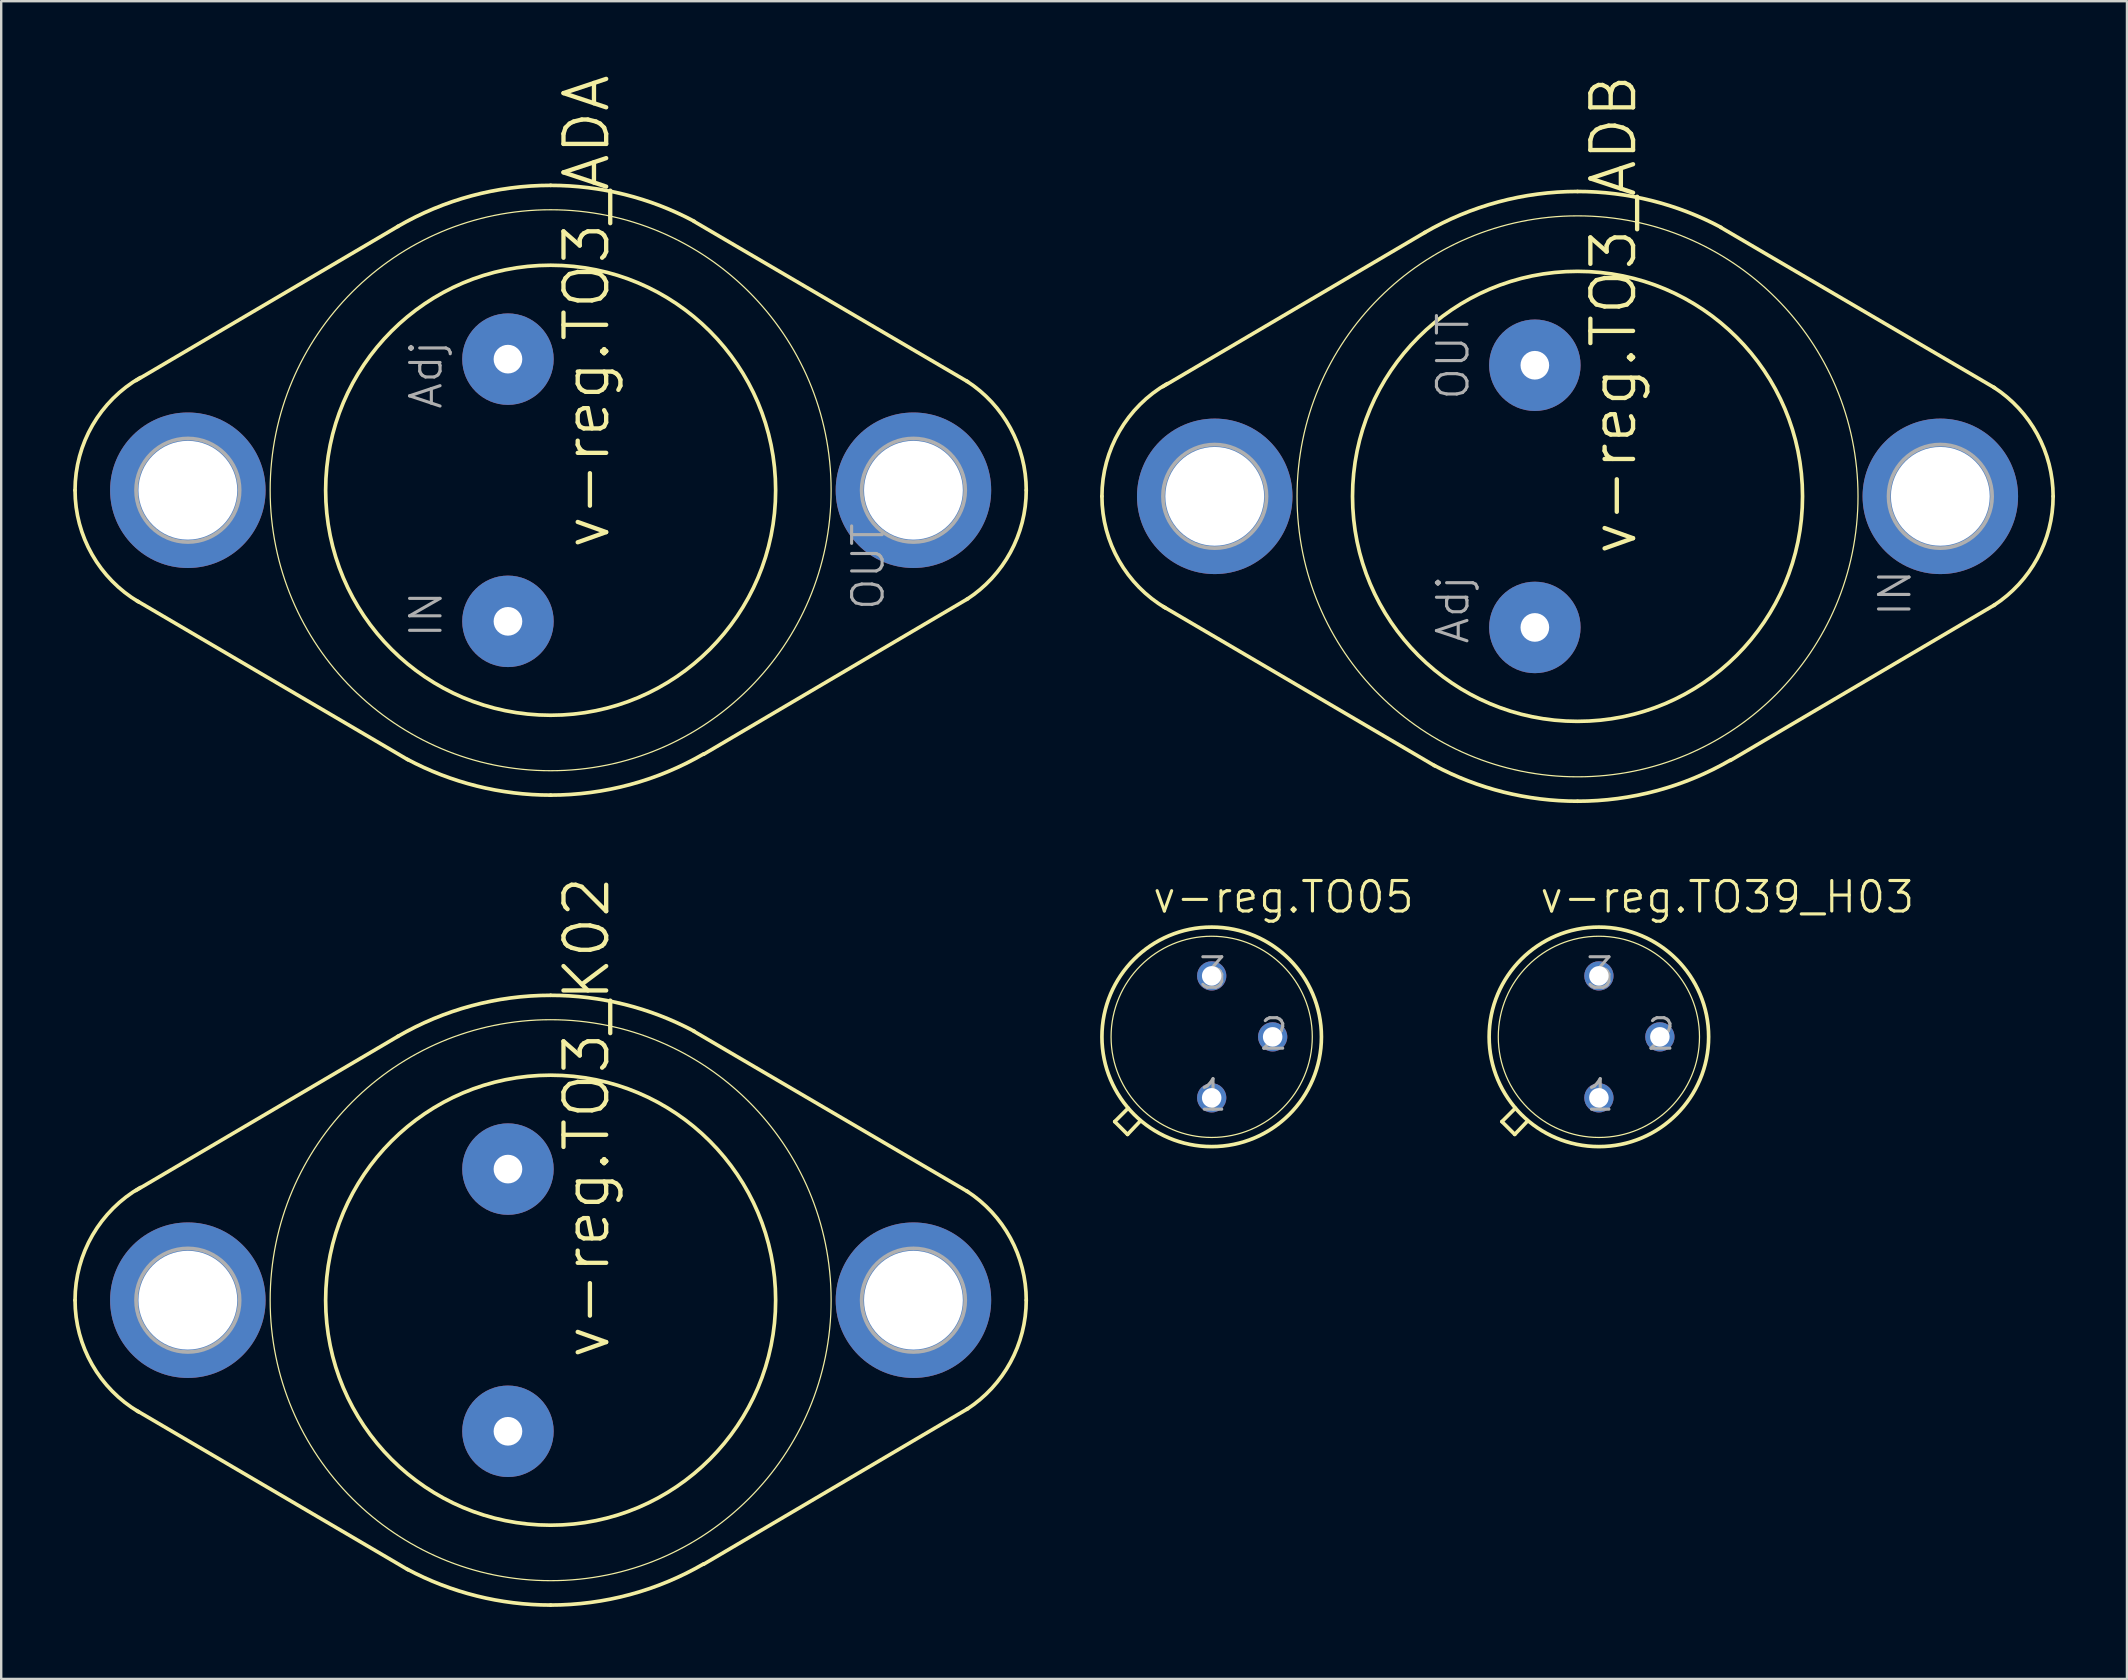
<source format=kicad_pcb>
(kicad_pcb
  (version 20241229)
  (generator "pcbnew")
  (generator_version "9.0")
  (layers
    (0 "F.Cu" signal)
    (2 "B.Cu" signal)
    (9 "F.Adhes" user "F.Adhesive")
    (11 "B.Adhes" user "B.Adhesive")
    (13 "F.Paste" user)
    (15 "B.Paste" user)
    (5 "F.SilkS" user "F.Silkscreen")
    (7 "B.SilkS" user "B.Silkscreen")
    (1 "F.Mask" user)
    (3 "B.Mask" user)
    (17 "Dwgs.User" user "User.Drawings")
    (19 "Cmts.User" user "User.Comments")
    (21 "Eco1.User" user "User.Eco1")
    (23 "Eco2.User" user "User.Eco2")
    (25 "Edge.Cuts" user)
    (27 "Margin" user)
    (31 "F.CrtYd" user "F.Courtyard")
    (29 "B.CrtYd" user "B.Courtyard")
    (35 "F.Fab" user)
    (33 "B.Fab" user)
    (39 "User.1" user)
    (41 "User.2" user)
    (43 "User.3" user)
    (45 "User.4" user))
  (footprint "v-reg.TO05"
    (layer "F.Cu")
    (at 47.425 40.142)
    (property "Reference" "v-reg.TO05" (at -2.54 -5.08 0) (layer "F.SilkS") (effects (font (size 1.27 1.27) (thickness 0.13)) (justify left bottom)))
    (attr through_hole)
    (fp_line (start -4.039 3.531) (end -3.48 2.972) (stroke (width 0.152) (type default)) (layer "F.SilkS"))
    (fp_line (start -3.505 4.064) (end -4.039 3.531) (stroke (width 0.152) (type default)) (layer "F.SilkS"))
    (fp_line (start -2.972 3.505) (end -3.505 4.064) (stroke (width 0.152) (type default)) (layer "F.SilkS"))
    (fp_circle (center 0 0) (end 4.191 0) (stroke (width 0.051) (type default)) (fill no) (layer "F.SilkS"))
    (fp_circle (center 0 0) (end 4.572 0) (stroke (width 0.152) (type default)) (fill no) (layer "F.SilkS"))
    (fp_text user "1" (at -0.635 3.175 0) (layer "F.Fab") (effects (font (size 1.27 1.27) (thickness 0.13)) (justify left bottom)))
    (fp_text user "3" (at -0.635 -1.905 0) (layer "F.Fab") (effects (font (size 1.27 1.27) (thickness 0.13)) (justify left bottom)))
    (fp_text user "2" (at 1.905 0.635 0) (layer "F.Fab") (effects (font (size 1.27 1.27) (thickness 0.13)) (justify left bottom)))
    (pad "1" thru_hole circle (at 0 2.54) (size 1.219 1.219) (drill 0.813) (layers "*.Cu" "*.Mask"))
    (pad "2" thru_hole circle (at 2.54 0) (size 1.219 1.219) (drill 0.813) (layers "*.Cu" "*.Mask"))
    (pad "3" thru_hole circle (at 0 -2.54) (size 1.219 1.219) (drill 0.813) (layers "*.Cu" "*.Mask")))
  (footprint "v-reg.TO39_H03"
    (layer "F.Cu")
    (at 63.555 40.142)
    (property "Reference" "v-reg.TO39_H03" (at -2.54 -5.08 0) (layer "F.SilkS") (effects (font (size 1.27 1.27) (thickness 0.13)) (justify left bottom)))
    (attr through_hole)
    (fp_line (start -4.039 3.531) (end -3.48 2.972) (stroke (width 0.152) (type default)) (layer "F.SilkS"))
    (fp_line (start -3.505 4.064) (end -4.039 3.531) (stroke (width 0.152) (type default)) (layer "F.SilkS"))
    (fp_line (start -2.972 3.505) (end -3.505 4.064) (stroke (width 0.152) (type default)) (layer "F.SilkS"))
    (fp_circle (center 0 0) (end 4.191 0) (stroke (width 0.051) (type default)) (fill no) (layer "F.SilkS"))
    (fp_circle (center 0 0) (end 4.572 0) (stroke (width 0.152) (type default)) (fill no) (layer "F.SilkS"))
    (fp_text user "2" (at 1.905 0.635 0) (layer "F.Fab") (effects (font (size 1.27 1.27) (thickness 0.13)) (justify left bottom)))
    (fp_text user "3" (at -0.635 -1.905 0) (layer "F.Fab") (effects (font (size 1.27 1.27) (thickness 0.13)) (justify left bottom)))
    (fp_text user "1" (at -0.635 3.175 0) (layer "F.Fab") (effects (font (size 1.27 1.27) (thickness 0.13)) (justify left bottom)))
    (pad "1" thru_hole circle (at 0 2.54) (size 1.219 1.219) (drill 0.813) (layers "*.Cu" "*.Mask"))
    (pad "2" thru_hole circle (at 2.54 0) (size 1.219 1.219) (drill 0.813) (layers "*.Cu" "*.Mask"))
    (pad "3" thru_hole circle (at 0 -2.54) (size 1.219 1.219) (drill 0.813) (layers "*.Cu" "*.Mask")))
  (footprint "v-reg.TO3_ADA"
    (layer "F.Cu")
    (at 19.888 17.372)
    (property "Reference" "v-reg.TO3_ADA" (at 2.54 2.54 90) (layer "F.SilkS") (effects (font (size 1.778 1.778) (thickness 0.18)) (justify left bottom)))
    (attr through_hole)
    (fp_line (start -6.35 -10.998) (end -17.272 -4.572) (stroke (width 0.152) (type default)) (layer "F.SilkS"))
    (fp_line (start -5.944 11.227) (end -17.247 4.597) (stroke (width 0.152) (type default)) (layer "F.SilkS"))
    (fp_line (start 5.969 -11.201) (end 17.374 -4.521) (stroke (width 0.152) (type default)) (layer "F.SilkS"))
    (fp_line (start 6.375 10.998) (end 17.374 4.521) (stroke (width 0.152) (type default)) (layer "F.SilkS"))
    (fp_arc (start -19.812 0) (mid -19.08306 -2.712168) (end -17.0927 -4.6935) (stroke (width 0.1524) (type default)) (layer "F.SilkS"))
    (fp_arc (start -17.1555 4.657) (mid -19.101186 2.680705) (end -19.812 0) (stroke (width 0.1524) (type default)) (layer "F.SilkS"))
    (fp_arc (start -6.3718 -10.9859) (mid -3.299165 -12.263989) (end 0 -12.7) (stroke (width 0.1524) (type default)) (layer "F.SilkS"))
    (fp_arc (start 0 -12.7) (mid 3.080216 -12.320822) (end 5.9765 -11.2059) (stroke (width 0.1524) (type default)) (layer "F.SilkS"))
    (fp_arc (start 0 12.7) (mid -3.080216 12.320822) (end -5.9765 11.2059) (stroke (width 0.1524) (type default)) (layer "F.SilkS"))
    (fp_arc (start 6.3718 10.9859) (mid 3.299165 12.263989) (end 0 12.7) (stroke (width 0.1524) (type default)) (layer "F.SilkS"))
    (fp_arc (start 17.3366 -4.545) (mid 19.153012 -2.587691) (end 19.812 0) (stroke (width 0.1524) (type default)) (layer "F.SilkS"))
    (fp_arc (start 19.812 0) (mid 19.153012 2.587691) (end 17.3366 4.545) (stroke (width 0.1524) (type default)) (layer "F.SilkS"))
    (fp_circle (center 0 0) (end 9.373 0) (stroke (width 0.152) (type default)) (fill no) (layer "F.SilkS"))
    (fp_circle (center 0 0) (end 11.684 0) (stroke (width 0.051) (type default)) (fill no) (layer "F.SilkS"))
    (fp_circle (center -15.113 0) (end -12.954 0) (stroke (width 0.152) (type default)) (fill no) (layer "F.Fab"))
    (fp_circle (center 15.113 0) (end 17.272 0) (stroke (width 0.152) (type default)) (fill no) (layer "F.Fab"))
    (fp_text user "IN" (at -4.445 6.223 90) (layer "F.Fab") (effects (font (size 1.27 1.27) (thickness 0.13)) (justify left bottom)))
    (fp_text user "Adj" (at -4.445 -3.302 90) (layer "F.Fab") (effects (font (size 1.27 1.27) (thickness 0.13)) (justify left bottom)))
    (fp_text user "OUT" (at 13.97 5.08 90) (layer "F.Fab") (effects (font (size 1.27 1.27) (thickness 0.13)) (justify left bottom)))
    (pad "ADJ" thru_hole circle (at -1.778 -5.461) (size 3.81 3.81) (drill 1.194) (layers "*.Cu" "*.Mask"))
    (pad "IN" thru_hole circle (at -1.778 5.461) (size 3.81 3.81) (drill 1.194) (layers "*.Cu" "*.Mask"))
    (pad "OUT" thru_hole circle (at 15.113 0) (size 6.477 6.477) (drill 4.115) (layers "*.Cu" "*.Mask"))
    (pad "TO3A" thru_hole circle (at -15.113 0) (size 6.477 6.477) (drill 4.115) (layers "*.Cu" "*.Mask")))
  (footprint "v-reg.TO3_ADB"
    (layer "F.Cu")
    (at 62.665 17.626)
    (property "Reference" "v-reg.TO3_ADB" (at 2.54 2.54 90) (layer "F.SilkS") (effects (font (size 1.778 1.778) (thickness 0.18)) (justify left bottom)))
    (attr through_hole)
    (fp_line (start -6.35 -10.998) (end -17.272 -4.572) (stroke (width 0.152) (type default)) (layer "F.SilkS"))
    (fp_line (start -5.944 11.227) (end -17.247 4.597) (stroke (width 0.152) (type default)) (layer "F.SilkS"))
    (fp_line (start 5.969 -11.201) (end 17.374 -4.521) (stroke (width 0.152) (type default)) (layer "F.SilkS"))
    (fp_line (start 6.375 10.998) (end 17.374 4.521) (stroke (width 0.152) (type default)) (layer "F.SilkS"))
    (fp_arc (start -19.812 0) (mid -19.08306 -2.712168) (end -17.0927 -4.6935) (stroke (width 0.1524) (type default)) (layer "F.SilkS"))
    (fp_arc (start -17.1555 4.657) (mid -19.101186 2.680705) (end -19.812 0) (stroke (width 0.1524) (type default)) (layer "F.SilkS"))
    (fp_arc (start -6.3718 -10.9859) (mid -3.299165 -12.263989) (end 0 -12.7) (stroke (width 0.1524) (type default)) (layer "F.SilkS"))
    (fp_arc (start 0 -12.7) (mid 3.080216 -12.320822) (end 5.9765 -11.2059) (stroke (width 0.1524) (type default)) (layer "F.SilkS"))
    (fp_arc (start 0 12.7) (mid -3.080216 12.320822) (end -5.9765 11.2059) (stroke (width 0.1524) (type default)) (layer "F.SilkS"))
    (fp_arc (start 6.3718 10.9859) (mid 3.299165 12.263989) (end 0 12.7) (stroke (width 0.1524) (type default)) (layer "F.SilkS"))
    (fp_arc (start 17.3366 -4.545) (mid 19.153012 -2.587691) (end 19.812 0) (stroke (width 0.1524) (type default)) (layer "F.SilkS"))
    (fp_arc (start 19.812 0) (mid 19.153012 2.587691) (end 17.3366 4.545) (stroke (width 0.1524) (type default)) (layer "F.SilkS"))
    (fp_circle (center 0 0) (end 9.373 0) (stroke (width 0.152) (type default)) (fill no) (layer "F.SilkS"))
    (fp_circle (center 0 0) (end 11.684 0) (stroke (width 0.051) (type default)) (fill no) (layer "F.SilkS"))
    (fp_circle (center -15.113 0) (end -12.954 0) (stroke (width 0.152) (type default)) (fill no) (layer "F.Fab"))
    (fp_circle (center 15.113 0) (end 17.272 0) (stroke (width 0.152) (type default)) (fill no) (layer "F.Fab"))
    (fp_text user "Adj" (at -4.445 6.223 90) (layer "F.Fab") (effects (font (size 1.27 1.27) (thickness 0.13)) (justify left bottom)))
    (fp_text user "OUT" (at -4.445 -3.937 90) (layer "F.Fab") (effects (font (size 1.27 1.27) (thickness 0.13)) (justify left bottom)))
    (fp_text user "IN" (at 13.97 5.08 90) (layer "F.Fab") (effects (font (size 1.27 1.27) (thickness 0.13)) (justify left bottom)))
    (pad "1" thru_hole circle (at -1.778 5.461) (size 3.81 3.81) (drill 1.194) (layers "*.Cu" "*.Mask"))
    (pad "2" thru_hole circle (at -1.778 -5.461) (size 3.81 3.81) (drill 1.194) (layers "*.Cu" "*.Mask"))
    (pad "3" thru_hole circle (at 15.113 0) (size 6.477 6.477) (drill 4.115) (layers "*.Cu" "*.Mask"))
    (pad "3@" thru_hole circle (at -15.113 0) (size 6.477 6.477) (drill 4.115) (layers "*.Cu" "*.Mask")))
  (footprint "v-reg.TO3_K02"
    (layer "F.Cu")
    (at 19.888 51.112)
    (property "Reference" "v-reg.TO3_K02" (at 2.54 2.54 90) (layer "F.SilkS") (effects (font (size 1.778 1.778) (thickness 0.18)) (justify left bottom)))
    (attr through_hole)
    (fp_line (start -6.35 -10.998) (end -17.272 -4.572) (stroke (width 0.152) (type default)) (layer "F.SilkS"))
    (fp_line (start -5.944 11.227) (end -17.247 4.597) (stroke (width 0.152) (type default)) (layer "F.SilkS"))
    (fp_line (start 5.969 -11.201) (end 17.374 -4.521) (stroke (width 0.152) (type default)) (layer "F.SilkS"))
    (fp_line (start 6.375 10.998) (end 17.374 4.521) (stroke (width 0.152) (type default)) (layer "F.SilkS"))
    (fp_arc (start -19.812 0) (mid -19.08306 -2.712168) (end -17.0927 -4.6935) (stroke (width 0.1524) (type default)) (layer "F.SilkS"))
    (fp_arc (start -17.1555 4.657) (mid -19.101186 2.680705) (end -19.812 0) (stroke (width 0.1524) (type default)) (layer "F.SilkS"))
    (fp_arc (start -6.3718 -10.9859) (mid -3.299165 -12.263989) (end 0 -12.7) (stroke (width 0.1524) (type default)) (layer "F.SilkS"))
    (fp_arc (start 0 -12.7) (mid 3.080216 -12.320822) (end 5.9765 -11.2059) (stroke (width 0.1524) (type default)) (layer "F.SilkS"))
    (fp_arc (start 0 12.7) (mid -3.080216 12.320822) (end -5.9765 11.2059) (stroke (width 0.1524) (type default)) (layer "F.SilkS"))
    (fp_arc (start 6.3718 10.9859) (mid 3.299165 12.263989) (end 0 12.7) (stroke (width 0.1524) (type default)) (layer "F.SilkS"))
    (fp_arc (start 17.3366 -4.545) (mid 19.153012 -2.587691) (end 19.812 0) (stroke (width 0.1524) (type default)) (layer "F.SilkS"))
    (fp_arc (start 19.812 0) (mid 19.153012 2.587691) (end 17.3366 4.545) (stroke (width 0.1524) (type default)) (layer "F.SilkS"))
    (fp_circle (center 0 0) (end 9.373 0) (stroke (width 0.152) (type default)) (fill no) (layer "F.SilkS"))
    (fp_circle (center 0 0) (end 11.684 0) (stroke (width 0.051) (type default)) (fill no) (layer "F.SilkS"))
    (fp_circle (center -15.113 0) (end -12.954 0) (stroke (width 0.152) (type default)) (fill no) (layer "F.Fab"))
    (fp_circle (center 15.113 0) (end 17.272 0) (stroke (width 0.152) (type default)) (fill no) (layer "F.Fab"))
    (pad "1" thru_hole circle (at -1.778 5.461) (size 3.81 3.81) (drill 1.194) (layers "*.Cu" "*.Mask"))
    (pad "2" thru_hole circle (at -1.778 -5.461) (size 3.81 3.81) (drill 1.194) (layers "*.Cu" "*.Mask"))
    (pad "3" thru_hole circle (at 15.113 0) (size 6.477 6.477) (drill 4.115) (layers "*.Cu" "*.Mask"))
    (pad "3@" thru_hole circle (at -15.113 0) (size 6.477 6.477) (drill 4.115) (layers "*.Cu" "*.Mask")))
  (gr_rect
    (start -3 -3)
    (end 85.553 66.889)
    (stroke (width 0.1) (type default))
    (fill no)
    (layer "Edge.Cuts")))
</source>
